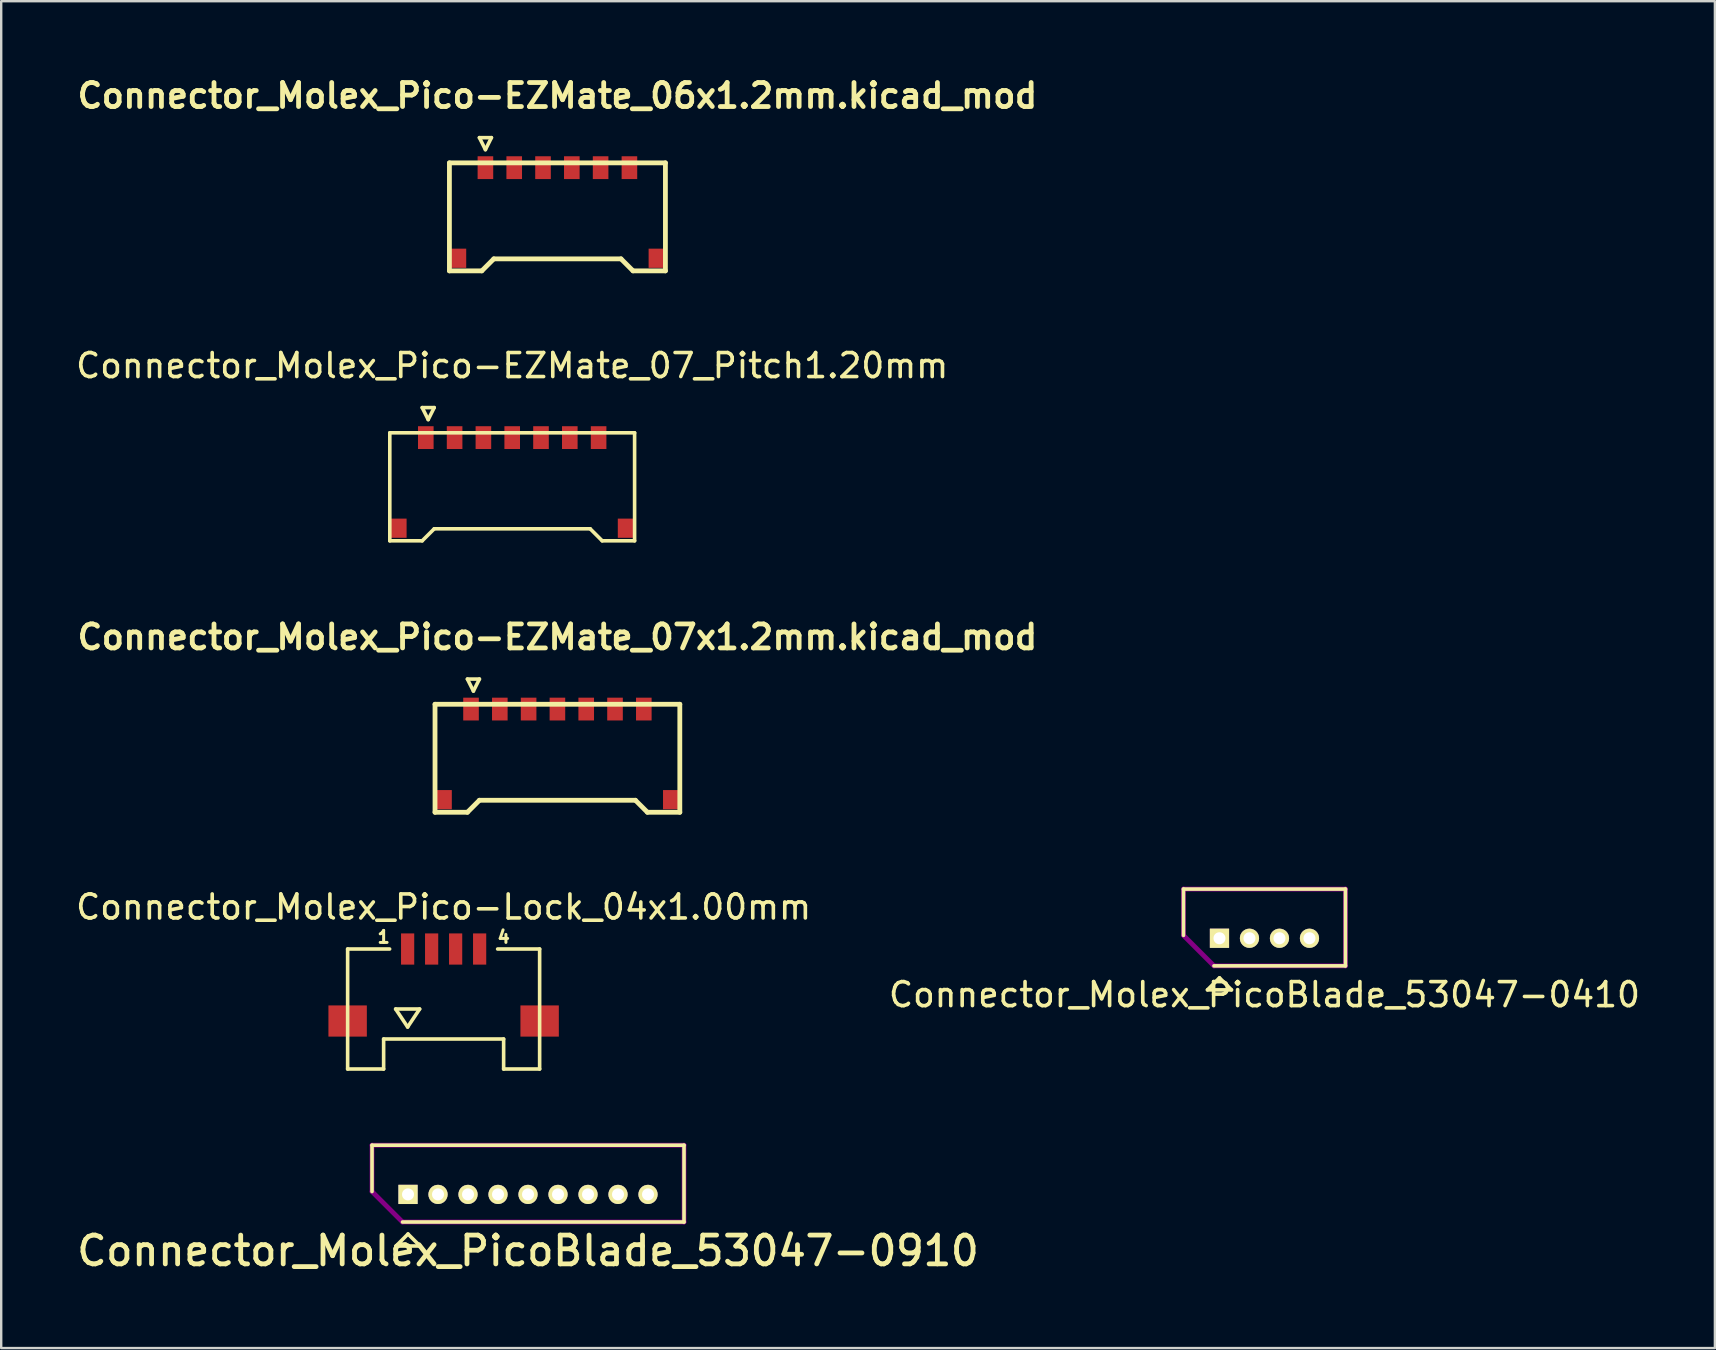
<source format=kicad_pcb>
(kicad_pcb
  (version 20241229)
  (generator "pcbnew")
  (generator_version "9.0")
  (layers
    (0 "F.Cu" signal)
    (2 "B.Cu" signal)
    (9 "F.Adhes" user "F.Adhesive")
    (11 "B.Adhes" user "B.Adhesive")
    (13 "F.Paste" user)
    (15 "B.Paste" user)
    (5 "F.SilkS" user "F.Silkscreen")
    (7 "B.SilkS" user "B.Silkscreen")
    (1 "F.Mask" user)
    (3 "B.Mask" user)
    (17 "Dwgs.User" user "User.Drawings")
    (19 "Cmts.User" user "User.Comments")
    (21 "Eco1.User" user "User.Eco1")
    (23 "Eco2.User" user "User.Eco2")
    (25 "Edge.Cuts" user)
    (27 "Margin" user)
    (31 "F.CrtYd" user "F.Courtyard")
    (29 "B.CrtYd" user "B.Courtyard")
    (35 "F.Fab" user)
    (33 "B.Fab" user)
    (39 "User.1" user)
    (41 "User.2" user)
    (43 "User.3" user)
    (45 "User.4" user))
  (footprint "Connector_Molex_Pico-Lock_04x1.00mm"
    (layer "F.Cu")
    (at 15.435 36.493)
    (property "Reference" "Connector_Molex_Pico-Lock_04x1.00mm" (at 0 -1.75 0) (layer "F.SilkS") (effects (font (size 1 1) (thickness 0.15))))
    (attr through_hole)
    (fp_line (start -4 0) (end -2.25 0) (stroke (width 0.15) (type solid)) (layer "F.SilkS"))
    (fp_line (start -4 5) (end -4 0) (stroke (width 0.15) (type solid)) (layer "F.SilkS"))
    (fp_line (start -2.5 3.75) (end 2.5 3.75) (stroke (width 0.15) (type solid)) (layer "F.SilkS"))
    (fp_line (start -2.5 5) (end -4 5) (stroke (width 0.15) (type solid)) (layer "F.SilkS"))
    (fp_line (start -2.5 5) (end -2.5 3.75) (stroke (width 0.15) (type solid)) (layer "F.SilkS"))
    (fp_line (start -2 2.5) (end -1.5 3.25) (stroke (width 0.15) (type solid)) (layer "F.SilkS"))
    (fp_line (start -1.5 3.25) (end -1 2.5) (stroke (width 0.15) (type solid)) (layer "F.SilkS"))
    (fp_line (start -1 2.5) (end -2 2.5) (stroke (width 0.15) (type solid)) (layer "F.SilkS"))
    (fp_line (start 2.5 3.75) (end 2.5 5) (stroke (width 0.15) (type solid)) (layer "F.SilkS"))
    (fp_line (start 4 0) (end 2.25 0) (stroke (width 0.15) (type solid)) (layer "F.SilkS"))
    (fp_line (start 4 0) (end 4 5) (stroke (width 0.15) (type solid)) (layer "F.SilkS"))
    (fp_line (start 4 5) (end 2.5 5) (stroke (width 0.15) (type solid)) (layer "F.SilkS"))
    (fp_text user "1" (at -2.5 -0.5 0) (layer "F.SilkS") (effects (font (size 0.5 0.5) (thickness 0.125))))
    (fp_text user "4" (at 2.5 -0.5 0) (layer "F.SilkS") (effects (font (size 0.5 0.5) (thickness 0.125))))
    (pad "" smd rect (at -4 3) (size 1.6 1.3) (layers "F.Cu" "F.Mask" "F.Paste"))
    (pad "" smd rect (at 4 3) (size 1.6 1.3) (layers "F.Cu" "F.Mask" "F.Paste"))
    (pad "1" smd rect (at -1.5 0) (size 0.55 1.3) (layers "F.Cu" "F.Mask" "F.Paste"))
    (pad "2" smd rect (at -0.5 0) (size 0.55 1.3) (layers "F.Cu" "F.Mask" "F.Paste"))
    (pad "3" smd rect (at 0.5 0) (size 0.55 1.3) (layers "F.Cu" "F.Mask" "F.Paste"))
    (pad "4" smd rect (at 1.5 0) (size 0.55 1.3) (layers "F.Cu" "F.Mask" "F.Paste")))
  (footprint "Connector_Molex_PicoBlade_53047-0910"
    (layer "F.Cu")
    (at 13.951 46.718)
    (property "Reference" "Connector_Molex_PicoBlade_53047-0910" (at 5 2.35 0) (layer "F.SilkS") (effects (font (size 1.2 1.2) (thickness 0.2))))
    (attr through_hole)
    (fp_line (start -1.5 -2.05) (end 11.5 -2.05) (stroke (width 0.15) (type solid)) (layer "F.SilkS"))
    (fp_line (start -1.5 -0.12) (end -1.5 -2.05) (stroke (width 0.15) (type solid)) (layer "F.SilkS"))
    (fp_line (start -0.5 2.15) (end 0 1.65) (stroke (width 0.15) (type solid)) (layer "F.SilkS"))
    (fp_line (start 0 1.65) (end 0.5 2.15) (stroke (width 0.15) (type solid)) (layer "F.SilkS"))
    (fp_line (start 0.5 2.15) (end -0.5 2.15) (stroke (width 0.15) (type solid)) (layer "F.SilkS"))
    (fp_line (start 11.5 -2.05) (end 11.5 1.15) (stroke (width 0.15) (type solid)) (layer "F.SilkS"))
    (fp_line (start 11.5 1.15) (end -0.23 1.15) (stroke (width 0.15) (type solid)) (layer "F.SilkS"))
    (fp_line (start -1.5 -2.05) (end 11.5 -2.05) (stroke (width 0.2) (type solid)) (layer "F.Adhes"))
    (fp_line (start -1.5 -0.12) (end -1.5 -2.05) (stroke (width 0.2) (type solid)) (layer "F.Adhes"))
    (fp_line (start -0.23 1.15) (end -1.5 -0.12) (stroke (width 0.2) (type solid)) (layer "F.Adhes"))
    (fp_line (start 11.5 -2.05) (end 11.5 1.15) (stroke (width 0.2) (type solid)) (layer "F.Adhes"))
    (fp_line (start 11.5 1.15) (end -0.23 1.15) (stroke (width 0.2) (type solid)) (layer "F.Adhes"))
    (pad "1" thru_hole rect (at 0 0) (size 0.8 0.8) (drill 0.5) (layers "*.Cu" "*.Mask" "F.SilkS"))
    (pad "2" thru_hole oval (at 1.25 0) (size 0.8 0.8) (drill 0.5) (layers "*.Cu" "*.Mask" "F.SilkS"))
    (pad "3" thru_hole oval (at 2.5 0) (size 0.8 0.8) (drill 0.5) (layers "*.Cu" "*.Mask" "F.SilkS"))
    (pad "4" thru_hole oval (at 3.75 0) (size 0.8 0.8) (drill 0.5) (layers "*.Cu" "*.Mask" "F.SilkS"))
    (pad "5" thru_hole oval (at 5 0) (size 0.8 0.8) (drill 0.5) (layers "*.Cu" "*.Mask" "F.SilkS"))
    (pad "6" thru_hole oval (at 6.25 0) (size 0.8 0.8) (drill 0.5) (layers "*.Cu" "*.Mask" "F.SilkS"))
    (pad "7" thru_hole oval (at 7.5 0) (size 0.8 0.8) (drill 0.5) (layers "*.Cu" "*.Mask" "F.SilkS"))
    (pad "8" thru_hole oval (at 8.75 0) (size 0.8 0.8) (drill 0.5) (layers "*.Cu" "*.Mask" "F.SilkS"))
    (pad "9" thru_hole oval (at 10 0) (size 0.8 0.8) (drill 0.5) (layers "*.Cu" "*.Mask" "F.SilkS")))
  (footprint "Connector_Molex_Pico-EZMate_07_Pitch1.20mm"
    (layer "F.Cu")
    (at 18.292 15.184)
    (property "Reference" "Connector_Molex_Pico-EZMate_07_Pitch1.20mm" (at 0 -3 0) (layer "F.SilkS") (effects (font (size 1 1) (thickness 0.15))))
    (attr smd)
    (fp_line (start -5.1 -0.2) (end -5.1 4.3) (stroke (width 0.15) (type solid)) (layer "F.SilkS"))
    (fp_line (start -5.1 -0.2) (end 5.1 -0.2) (stroke (width 0.15) (type solid)) (layer "F.SilkS"))
    (fp_line (start -5.1 4.3) (end -3.75 4.3) (stroke (width 0.15) (type solid)) (layer "F.SilkS"))
    (fp_line (start -3.75 -1.25) (end -3.5 -0.75) (stroke (width 0.15) (type solid)) (layer "F.SilkS"))
    (fp_line (start -3.75 4.3) (end -3.25 3.8) (stroke (width 0.15) (type solid)) (layer "F.SilkS"))
    (fp_line (start -3.5 -0.75) (end -3.25 -1.25) (stroke (width 0.15) (type solid)) (layer "F.SilkS"))
    (fp_line (start -3.25 -1.25) (end -3.75 -1.25) (stroke (width 0.15) (type solid)) (layer "F.SilkS"))
    (fp_line (start -3.25 3.8) (end 3.25 3.8) (stroke (width 0.15) (type solid)) (layer "F.SilkS"))
    (fp_line (start 3.75 4.3) (end 3.25 3.8) (stroke (width 0.15) (type solid)) (layer "F.SilkS"))
    (fp_line (start 5.1 -0.2) (end 5.1 4.3) (stroke (width 0.15) (type solid)) (layer "F.SilkS"))
    (fp_line (start 5.1 4.3) (end 3.75 4.3) (stroke (width 0.15) (type solid)) (layer "F.SilkS"))
    (pad "1" smd rect (at -3.6 0) (size 0.65 0.95) (layers "F.Cu" "F.Mask" "F.Paste"))
    (pad "2" smd rect (at -2.4 0) (size 0.65 0.95) (layers "F.Cu" "F.Mask" "F.Paste"))
    (pad "3" smd rect (at -1.2 0) (size 0.65 0.95) (layers "F.Cu" "F.Mask" "F.Paste"))
    (pad "4" smd rect (at 0 0) (size 0.65 0.95) (layers "F.Cu" "F.Mask" "F.Paste"))
    (pad "5" smd rect (at 1.2 0) (size 0.65 0.95) (layers "F.Cu" "F.Mask" "F.Paste"))
    (pad "6" smd rect (at 2.4 0) (size 0.65 0.95) (layers "F.Cu" "F.Mask" "F.Paste"))
    (pad "7" smd rect (at 3.6 0) (size 0.65 0.95) (layers "F.Cu" "F.Mask" "F.Paste"))
    (pad "8" smd rect (at -4.75 3.775) (size 0.7 0.8) (layers "F.Cu" "F.Mask" "F.Paste"))
    (pad "8" smd rect (at 4.75 3.775) (size 0.7 0.8) (layers "F.Cu" "F.Mask" "F.Paste")))
  (footprint "Connector_Molex_Pico-EZMate_06x1.2mm.kicad_mod"
    (layer "F.Cu")
    (at 20.176 3.936)
    (property "Reference" "Connector_Molex_Pico-EZMate_06x1.2mm.kicad_mod" (at 0 -3 0) (layer "F.SilkS") (effects (font (size 1 1) (thickness 0.2))))
    (attr through_hole)
    (fp_line (start -4.5 -0.2) (end -4.5 4.3) (stroke (width 0.2) (type solid)) (layer "F.SilkS"))
    (fp_line (start -4.5 -0.2) (end 4.5 -0.2) (stroke (width 0.2) (type solid)) (layer "F.SilkS"))
    (fp_line (start -4.5 4.3) (end -3.15 4.3) (stroke (width 0.2) (type solid)) (layer "F.SilkS"))
    (fp_line (start -3.25 -1.25) (end -3 -0.75) (stroke (width 0.15) (type solid)) (layer "F.SilkS"))
    (fp_line (start -3.15 4.3) (end -2.65 3.8) (stroke (width 0.2) (type solid)) (layer "F.SilkS"))
    (fp_line (start -3 -0.75) (end -2.75 -1.25) (stroke (width 0.15) (type solid)) (layer "F.SilkS"))
    (fp_line (start -2.75 -1.25) (end -3.25 -1.25) (stroke (width 0.15) (type solid)) (layer "F.SilkS"))
    (fp_line (start -2.65 3.8) (end 2.65 3.8) (stroke (width 0.2) (type solid)) (layer "F.SilkS"))
    (fp_line (start 3.15 4.3) (end 2.65 3.8) (stroke (width 0.2) (type solid)) (layer "F.SilkS"))
    (fp_line (start 4.5 -0.2) (end 4.5 4.3) (stroke (width 0.2) (type solid)) (layer "F.SilkS"))
    (fp_line (start 4.5 4.3) (end 3.15 4.3) (stroke (width 0.2) (type solid)) (layer "F.SilkS"))
    (pad "1" smd rect (at -3 0) (size 0.65 0.95) (layers "F.Cu" "F.Mask" "F.Paste"))
    (pad "2" smd rect (at -1.8 0) (size 0.65 0.95) (layers "F.Cu" "F.Mask" "F.Paste"))
    (pad "3" smd rect (at -0.6 0) (size 0.65 0.95) (layers "F.Cu" "F.Mask" "F.Paste"))
    (pad "4" smd rect (at 0.6 0) (size 0.65 0.95) (layers "F.Cu" "F.Mask" "F.Paste"))
    (pad "5" smd rect (at 1.8 0) (size 0.65 0.95) (layers "F.Cu" "F.Mask" "F.Paste"))
    (pad "6" smd rect (at 3 0) (size 0.65 0.95) (layers "F.Cu" "F.Mask" "F.Paste"))
    (pad "7" smd rect (at -4.15 3.775) (size 0.7 0.8) (layers "F.Cu" "F.Mask" "F.Paste"))
    (pad "7" smd rect (at 4.15 3.775) (size 0.7 0.8) (layers "F.Cu" "F.Mask" "F.Paste")))
  (footprint "Connector_Molex_PicoBlade_53047-0410"
    (layer "F.Cu")
    (at 47.762 36.045)
    (property "Reference" "Connector_Molex_PicoBlade_53047-0410" (at 1.875 2.35 0) (layer "F.SilkS") (effects (font (size 1 1) (thickness 0.15))))
    (attr through_hole)
    (fp_line (start -1.5 -2.05) (end 5.25 -2.05) (stroke (width 0.15) (type solid)) (layer "F.SilkS"))
    (fp_line (start -1.5 -0.12) (end -1.5 -2.05) (stroke (width 0.15) (type solid)) (layer "F.SilkS"))
    (fp_line (start -0.5 2.15) (end 0 1.65) (stroke (width 0.15) (type solid)) (layer "F.SilkS"))
    (fp_line (start 0 1.65) (end 0.5 2.15) (stroke (width 0.15) (type solid)) (layer "F.SilkS"))
    (fp_line (start 0.5 2.15) (end -0.5 2.15) (stroke (width 0.15) (type solid)) (layer "F.SilkS"))
    (fp_line (start 5.25 -2.05) (end 5.25 1.15) (stroke (width 0.15) (type solid)) (layer "F.SilkS"))
    (fp_line (start 5.25 1.15) (end -0.23 1.15) (stroke (width 0.15) (type solid)) (layer "F.SilkS"))
    (fp_line (start -1.5 -2.05) (end 5.25 -2.05) (stroke (width 0.2) (type solid)) (layer "F.Adhes"))
    (fp_line (start -1.5 -0.12) (end -1.5 -2.05) (stroke (width 0.2) (type solid)) (layer "F.Adhes"))
    (fp_line (start -0.23 1.15) (end -1.5 -0.12) (stroke (width 0.2) (type solid)) (layer "F.Adhes"))
    (fp_line (start 5.25 -2.05) (end 5.25 1.15) (stroke (width 0.2) (type solid)) (layer "F.Adhes"))
    (fp_line (start 5.25 1.15) (end -0.23 1.15) (stroke (width 0.2) (type solid)) (layer "F.Adhes"))
    (pad "1" thru_hole rect (at 0 0) (size 0.8 0.8) (drill 0.5) (layers "*.Cu" "*.Mask" "F.SilkS"))
    (pad "2" thru_hole oval (at 1.25 0) (size 0.8 0.8) (drill 0.5) (layers "*.Cu" "*.Mask" "F.SilkS"))
    (pad "3" thru_hole oval (at 2.5 0) (size 0.8 0.8) (drill 0.5) (layers "*.Cu" "*.Mask" "F.SilkS"))
    (pad "4" thru_hole oval (at 3.75 0) (size 0.8 0.8) (drill 0.5) (layers "*.Cu" "*.Mask" "F.SilkS")))
  (footprint "Connector_Molex_Pico-EZMate_07x1.2mm.kicad_mod"
    (layer "F.Cu")
    (at 20.176 26.495)
    (property "Reference" "Connector_Molex_Pico-EZMate_07x1.2mm.kicad_mod" (at 0 -3 0) (layer "F.SilkS") (effects (font (size 1 1) (thickness 0.2))))
    (attr through_hole)
    (fp_line (start -5.1 -0.2) (end -5.1 4.3) (stroke (width 0.2) (type solid)) (layer "F.SilkS"))
    (fp_line (start -5.1 -0.2) (end 5.1 -0.2) (stroke (width 0.2) (type solid)) (layer "F.SilkS"))
    (fp_line (start -5.1 4.3) (end -3.75 4.3) (stroke (width 0.2) (type solid)) (layer "F.SilkS"))
    (fp_line (start -3.75 -1.25) (end -3.5 -0.75) (stroke (width 0.15) (type solid)) (layer "F.SilkS"))
    (fp_line (start -3.75 4.3) (end -3.25 3.8) (stroke (width 0.2) (type solid)) (layer "F.SilkS"))
    (fp_line (start -3.5 -0.75) (end -3.25 -1.25) (stroke (width 0.15) (type solid)) (layer "F.SilkS"))
    (fp_line (start -3.25 -1.25) (end -3.75 -1.25) (stroke (width 0.15) (type solid)) (layer "F.SilkS"))
    (fp_line (start -3.25 3.8) (end 3.25 3.8) (stroke (width 0.2) (type solid)) (layer "F.SilkS"))
    (fp_line (start 3.75 4.3) (end 3.25 3.8) (stroke (width 0.2) (type solid)) (layer "F.SilkS"))
    (fp_line (start 5.1 -0.2) (end 5.1 4.3) (stroke (width 0.2) (type solid)) (layer "F.SilkS"))
    (fp_line (start 5.1 4.3) (end 3.75 4.3) (stroke (width 0.2) (type solid)) (layer "F.SilkS"))
    (pad "1" smd rect (at -3.6 0) (size 0.65 0.95) (layers "F.Cu" "F.Mask" "F.Paste"))
    (pad "2" smd rect (at -2.4 0) (size 0.65 0.95) (layers "F.Cu" "F.Mask" "F.Paste"))
    (pad "3" smd rect (at -1.2 0) (size 0.65 0.95) (layers "F.Cu" "F.Mask" "F.Paste"))
    (pad "4" smd rect (at 0 0) (size 0.65 0.95) (layers "F.Cu" "F.Mask" "F.Paste"))
    (pad "5" smd rect (at 1.2 0) (size 0.65 0.95) (layers "F.Cu" "F.Mask" "F.Paste"))
    (pad "6" smd rect (at 2.4 0) (size 0.65 0.95) (layers "F.Cu" "F.Mask" "F.Paste"))
    (pad "7" smd rect (at 3.6 0) (size 0.65 0.95) (layers "F.Cu" "F.Mask" "F.Paste"))
    (pad "8" smd rect (at -4.75 3.775) (size 0.7 0.8) (layers "F.Cu" "F.Mask" "F.Paste"))
    (pad "8" smd rect (at 4.75 3.775) (size 0.7 0.8) (layers "F.Cu" "F.Mask" "F.Paste")))
  (gr_rect
    (start -3 -3)
    (end 68.405 53.121)
    (stroke (width 0.1) (type default))
    (fill no)
    (layer "Edge.Cuts")))
</source>
